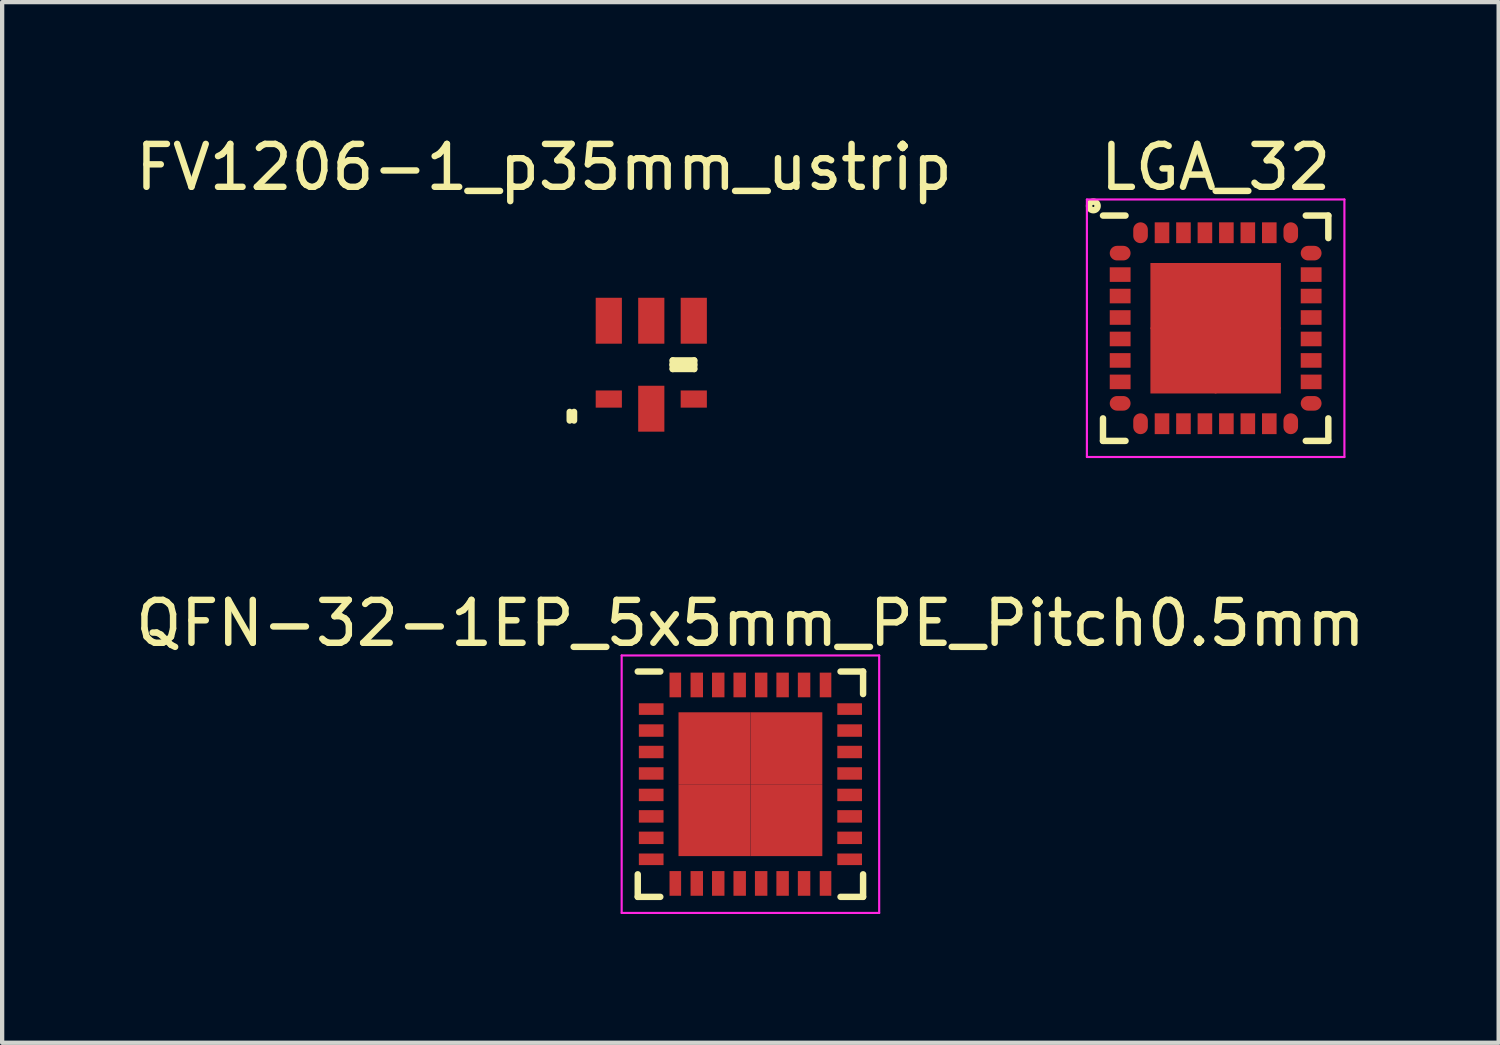
<source format=kicad_pcb>
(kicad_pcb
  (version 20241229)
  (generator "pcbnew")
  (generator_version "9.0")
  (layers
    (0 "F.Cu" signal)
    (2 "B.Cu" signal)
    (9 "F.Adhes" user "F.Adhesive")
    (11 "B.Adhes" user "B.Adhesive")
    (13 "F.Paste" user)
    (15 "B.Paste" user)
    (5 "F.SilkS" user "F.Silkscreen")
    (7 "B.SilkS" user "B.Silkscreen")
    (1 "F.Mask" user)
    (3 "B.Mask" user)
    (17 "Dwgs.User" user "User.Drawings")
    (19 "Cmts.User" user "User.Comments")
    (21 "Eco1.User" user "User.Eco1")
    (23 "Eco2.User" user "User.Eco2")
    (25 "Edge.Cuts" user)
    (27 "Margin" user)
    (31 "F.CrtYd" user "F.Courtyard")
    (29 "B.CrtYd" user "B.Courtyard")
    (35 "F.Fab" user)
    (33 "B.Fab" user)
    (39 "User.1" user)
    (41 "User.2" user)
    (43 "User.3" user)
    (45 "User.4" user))
  (footprint "FV1206-1_p35mm_ustrip"
    (layer "F.Cu")
    (at 12.125 5.448)
    (property "Reference" "FV1206-1_p35mm_ustrip" (at -2.5 -4.6 0) (layer "F.SilkS") (effects (font (size 1 1) (thickness 0.15))))
    (attr through_hole)
    (fp_line (start -1.9 1.1) (end -1.9 1.3) (stroke (width 0.15) (type solid)) (layer "F.SilkS"))
    (fp_line (start -1.8 1.3) (end -1.8 1.1) (stroke (width 0.15) (type solid)) (layer "F.SilkS"))
    (fp_line (start 0.5 -0.1) (end 0.5 0) (stroke (width 0.15) (type solid)) (layer "F.SilkS"))
    (fp_line (start 0.5 0) (end 0.5 0.1) (stroke (width 0.15) (type solid)) (layer "F.SilkS"))
    (fp_line (start 0.5 0.1) (end 1 0.1) (stroke (width 0.15) (type solid)) (layer "F.SilkS"))
    (fp_line (start 1 -0.1) (end 0.5 -0.1) (stroke (width 0.15) (type solid)) (layer "F.SilkS"))
    (fp_line (start 1 0) (end 0.5 0) (stroke (width 0.15) (type solid)) (layer "F.SilkS"))
    (fp_line (start 1 0.1) (end 1 -0.1) (stroke (width 0.15) (type solid)) (layer "F.SilkS"))
    (pad "1" smd rect (at -0.99 0.8) (size 0.61 0.4) (layers "F.Cu" "F.Mask" "F.Paste"))
    (pad "2" smd rect (at -0.99 -1.025) (size 0.61 1.07) (layers "F.Cu" "F.Mask" "F.Paste"))
    (pad "2" smd rect (at 0 -1.025) (size 0.61 1.07) (layers "F.Cu" "F.Mask" "F.Paste"))
    (pad "2" smd rect (at 0 1.025) (size 0.61 1.07) (layers "F.Cu" "F.Mask" "F.Paste"))
    (pad "2" smd rect (at 0.99 -1.025) (size 0.61 1.07) (layers "F.Cu" "F.Mask" "F.Paste"))
    (pad "3" smd rect (at 0.99 0.8) (size 0.61 0.4) (layers "F.Cu" "F.Mask" "F.Paste")))
  (footprint "QFN-32-1EP_5x5mm_PE_Pitch0.5mm"
    (layer "F.Cu")
    (at 14.435 15.222)
    (property "Reference" "QFN-32-1EP_5x5mm_PE_Pitch0.5mm" (at 0 -3.75 0) (layer "F.SilkS") (effects (font (size 1 1) (thickness 0.15))))
    (attr smd)
    (fp_line (start -2.625 -2.625) (end -2.1 -2.625) (stroke (width 0.15) (type solid)) (layer "F.SilkS"))
    (fp_line (start -2.625 2.625) (end -2.625 2.1) (stroke (width 0.15) (type solid)) (layer "F.SilkS"))
    (fp_line (start -2.625 2.625) (end -2.1 2.625) (stroke (width 0.15) (type solid)) (layer "F.SilkS"))
    (fp_line (start 2.625 -2.625) (end 2.1 -2.625) (stroke (width 0.15) (type solid)) (layer "F.SilkS"))
    (fp_line (start 2.625 -2.625) (end 2.625 -2.1) (stroke (width 0.15) (type solid)) (layer "F.SilkS"))
    (fp_line (start 2.625 2.625) (end 2.1 2.625) (stroke (width 0.15) (type solid)) (layer "F.SilkS"))
    (fp_line (start 2.625 2.625) (end 2.625 2.1) (stroke (width 0.15) (type solid)) (layer "F.SilkS"))
    (fp_line (start -3 -3) (end -3 3) (stroke (width 0.05) (type solid)) (layer "F.CrtYd"))
    (fp_line (start -3 -3) (end 3 -3) (stroke (width 0.05) (type solid)) (layer "F.CrtYd"))
    (fp_line (start -3 3) (end 3 3) (stroke (width 0.05) (type solid)) (layer "F.CrtYd"))
    (fp_line (start 3 -3) (end 3 3) (stroke (width 0.05) (type solid)) (layer "F.CrtYd"))
    (pad "1" smd rect (at -2.312 -1.75) (size 0.575 0.27) (layers "F.Cu" "F.Mask" "F.Paste"))
    (pad "2" smd rect (at -2.312 -1.25) (size 0.575 0.29) (layers "F.Cu" "F.Mask" "F.Paste"))
    (pad "3" smd rect (at -2.312 -0.75) (size 0.575 0.29) (layers "F.Cu" "F.Mask" "F.Paste"))
    (pad "4" smd rect (at -2.312 -0.25) (size 0.575 0.29) (layers "F.Cu" "F.Mask" "F.Paste"))
    (pad "5" smd rect (at -2.312 0.25) (size 0.575 0.29) (layers "F.Cu" "F.Mask" "F.Paste"))
    (pad "6" smd rect (at -2.312 0.75) (size 0.575 0.29) (layers "F.Cu" "F.Mask" "F.Paste"))
    (pad "7" smd rect (at -2.312 1.25) (size 0.575 0.29) (layers "F.Cu" "F.Mask" "F.Paste"))
    (pad "8" smd rect (at -2.312 1.75) (size 0.575 0.27) (layers "F.Cu" "F.Mask" "F.Paste"))
    (pad "9" smd rect (at -1.75 2.312 90) (size 0.575 0.27) (layers "F.Cu" "F.Mask" "F.Paste"))
    (pad "10" smd rect (at -1.25 2.312 90) (size 0.575 0.29) (layers "F.Cu" "F.Mask" "F.Paste"))
    (pad "11" smd rect (at -0.75 2.312 90) (size 0.575 0.29) (layers "F.Cu" "F.Mask" "F.Paste"))
    (pad "12" smd rect (at -0.25 2.312 90) (size 0.575 0.29) (layers "F.Cu" "F.Mask" "F.Paste"))
    (pad "13" smd rect (at 0.25 2.312 90) (size 0.575 0.29) (layers "F.Cu" "F.Mask" "F.Paste"))
    (pad "14" smd rect (at 0.75 2.312 90) (size 0.575 0.29) (layers "F.Cu" "F.Mask" "F.Paste"))
    (pad "15" smd rect (at 1.25 2.312 90) (size 0.575 0.29) (layers "F.Cu" "F.Mask" "F.Paste"))
    (pad "16" smd rect (at 1.75 2.312 90) (size 0.575 0.27) (layers "F.Cu" "F.Mask" "F.Paste"))
    (pad "17" smd rect (at 2.312 1.75) (size 0.575 0.27) (layers "F.Cu" "F.Mask" "F.Paste"))
    (pad "18" smd rect (at 2.312 1.25) (size 0.575 0.29) (layers "F.Cu" "F.Mask" "F.Paste"))
    (pad "19" smd rect (at 2.312 0.75) (size 0.575 0.29) (layers "F.Cu" "F.Mask" "F.Paste"))
    (pad "20" smd rect (at 2.312 0.25) (size 0.575 0.29) (layers "F.Cu" "F.Mask" "F.Paste"))
    (pad "21" smd rect (at 2.312 -0.25) (size 0.575 0.29) (layers "F.Cu" "F.Mask" "F.Paste"))
    (pad "22" smd rect (at 2.312 -0.75) (size 0.575 0.29) (layers "F.Cu" "F.Mask" "F.Paste"))
    (pad "23" smd rect (at 2.312 -1.25) (size 0.575 0.29) (layers "F.Cu" "F.Mask" "F.Paste"))
    (pad "24" smd rect (at 2.312 -1.75) (size 0.575 0.27) (layers "F.Cu" "F.Mask" "F.Paste"))
    (pad "25" smd rect (at 1.75 -2.312 90) (size 0.575 0.27) (layers "F.Cu" "F.Mask" "F.Paste"))
    (pad "26" smd rect (at 1.25 -2.312 90) (size 0.575 0.29) (layers "F.Cu" "F.Mask" "F.Paste"))
    (pad "27" smd rect (at 0.75 -2.312 90) (size 0.575 0.29) (layers "F.Cu" "F.Mask" "F.Paste"))
    (pad "28" smd rect (at 0.25 -2.312 90) (size 0.575 0.29) (layers "F.Cu" "F.Mask" "F.Paste"))
    (pad "29" smd rect (at -0.25 -2.312 90) (size 0.575 0.29) (layers "F.Cu" "F.Mask" "F.Paste"))
    (pad "30" smd rect (at -0.75 -2.312 90) (size 0.575 0.29) (layers "F.Cu" "F.Mask" "F.Paste"))
    (pad "31" smd rect (at -1.25 -2.312 90) (size 0.575 0.29) (layers "F.Cu" "F.Mask" "F.Paste"))
    (pad "32" smd rect (at -1.75 -2.312 90) (size 0.575 0.27) (layers "F.Cu" "F.Mask" "F.Paste"))
    (pad "33" smd rect (at -0.838 -0.838) (size 1.675 1.675) (layers "F.Cu" "F.Mask" "F.Paste"))
    (pad "33" smd rect (at -0.838 0.838) (size 1.675 1.675) (layers "F.Cu" "F.Mask" "F.Paste"))
    (pad "33" smd rect (at 0.838 -0.838) (size 1.675 1.675) (layers "F.Cu" "F.Mask" "F.Paste"))
    (pad "33" smd rect (at 0.838 0.838) (size 1.675 1.675) (layers "F.Cu" "F.Mask" "F.Paste")))
  (footprint "LGA_32"
    (layer "F.Cu")
    (at 25.275 4.598)
    (property "Reference" "LGA_32" (at 0 -3.75 0) (layer "F.SilkS") (effects (font (size 1 1) (thickness 0.15))))
    (attr smd)
    (fp_line (start -2.625 -2.625) (end -2.1 -2.625) (stroke (width 0.15) (type solid)) (layer "F.SilkS"))
    (fp_line (start -2.625 2.625) (end -2.625 2.1) (stroke (width 0.15) (type solid)) (layer "F.SilkS"))
    (fp_line (start -2.625 2.625) (end -2.1 2.625) (stroke (width 0.15) (type solid)) (layer "F.SilkS"))
    (fp_line (start 2.625 -2.625) (end 2.1 -2.625) (stroke (width 0.15) (type solid)) (layer "F.SilkS"))
    (fp_line (start 2.625 -2.625) (end 2.625 -2.1) (stroke (width 0.15) (type solid)) (layer "F.SilkS"))
    (fp_line (start 2.625 2.625) (end 2.1 2.625) (stroke (width 0.15) (type solid)) (layer "F.SilkS"))
    (fp_line (start 2.625 2.625) (end 2.625 2.1) (stroke (width 0.15) (type solid)) (layer "F.SilkS"))
    (fp_circle (center -2.85 -2.85) (end -2.95 -2.85) (stroke (width 0.15) (type solid)) (fill no) (layer "F.SilkS"))
    (fp_line (start -3 -3) (end -3 3) (stroke (width 0.05) (type solid)) (layer "F.CrtYd"))
    (fp_line (start -3 -3) (end 3 -3) (stroke (width 0.05) (type solid)) (layer "F.CrtYd"))
    (fp_line (start -3 3) (end 3 3) (stroke (width 0.05) (type solid)) (layer "F.CrtYd"))
    (fp_line (start 3 -3) (end 3 3) (stroke (width 0.05) (type solid)) (layer "F.CrtYd"))
    (pad "1" smd oval (at -2.225 -1.75) (size 0.485 0.34) (layers "F.Cu" "F.Mask" "F.Paste"))
    (pad "2" smd rect (at -2.225 -1.25) (size 0.485 0.34) (layers "F.Cu" "F.Mask" "F.Paste"))
    (pad "3" smd rect (at -2.225 -0.75) (size 0.485 0.34) (layers "F.Cu" "F.Mask" "F.Paste"))
    (pad "4" smd rect (at -2.225 -0.25) (size 0.485 0.34) (layers "F.Cu" "F.Mask" "F.Paste"))
    (pad "5" smd rect (at -2.225 0.25) (size 0.485 0.34) (layers "F.Cu" "F.Mask" "F.Paste"))
    (pad "6" smd rect (at -2.225 0.75) (size 0.485 0.34) (layers "F.Cu" "F.Mask" "F.Paste"))
    (pad "7" smd rect (at -2.225 1.25) (size 0.485 0.34) (layers "F.Cu" "F.Mask" "F.Paste"))
    (pad "8" smd oval (at -2.225 1.75) (size 0.485 0.34) (layers "F.Cu" "F.Mask" "F.Paste"))
    (pad "9" smd oval (at -1.75 2.225 90) (size 0.485 0.34) (layers "F.Cu" "F.Mask" "F.Paste"))
    (pad "10" smd rect (at -1.25 2.225 90) (size 0.485 0.34) (layers "F.Cu" "F.Mask" "F.Paste"))
    (pad "11" smd rect (at -0.75 2.225 90) (size 0.485 0.34) (layers "F.Cu" "F.Mask" "F.Paste"))
    (pad "12" smd rect (at -0.25 2.225 90) (size 0.485 0.34) (layers "F.Cu" "F.Mask" "F.Paste"))
    (pad "13" smd rect (at 0.25 2.225 90) (size 0.485 0.34) (layers "F.Cu" "F.Mask" "F.Paste"))
    (pad "14" smd rect (at 0.75 2.225 90) (size 0.485 0.34) (layers "F.Cu" "F.Mask" "F.Paste"))
    (pad "15" smd rect (at 1.25 2.225 90) (size 0.485 0.34) (layers "F.Cu" "F.Mask" "F.Paste"))
    (pad "16" smd oval (at 1.75 2.225 90) (size 0.485 0.34) (layers "F.Cu" "F.Mask" "F.Paste"))
    (pad "17" smd oval (at 2.225 1.75) (size 0.485 0.34) (layers "F.Cu" "F.Mask" "F.Paste"))
    (pad "18" smd rect (at 2.225 1.25) (size 0.485 0.34) (layers "F.Cu" "F.Mask" "F.Paste"))
    (pad "19" smd rect (at 2.225 0.75) (size 0.485 0.34) (layers "F.Cu" "F.Mask" "F.Paste"))
    (pad "20" smd rect (at 2.225 0.25) (size 0.485 0.34) (layers "F.Cu" "F.Mask" "F.Paste"))
    (pad "21" smd rect (at 2.225 -0.25) (size 0.485 0.34) (layers "F.Cu" "F.Mask" "F.Paste"))
    (pad "22" smd rect (at 2.225 -0.75) (size 0.485 0.34) (layers "F.Cu" "F.Mask" "F.Paste"))
    (pad "23" smd rect (at 2.225 -1.25) (size 0.485 0.34) (layers "F.Cu" "F.Mask" "F.Paste"))
    (pad "24" smd oval (at 2.225 -1.75) (size 0.485 0.34) (layers "F.Cu" "F.Mask" "F.Paste"))
    (pad "25" smd oval (at 1.75 -2.225 90) (size 0.485 0.34) (layers "F.Cu" "F.Mask" "F.Paste"))
    (pad "26" smd rect (at 1.25 -2.225 90) (size 0.485 0.34) (layers "F.Cu" "F.Mask" "F.Paste"))
    (pad "27" smd rect (at 0.75 -2.225 90) (size 0.485 0.34) (layers "F.Cu" "F.Mask" "F.Paste"))
    (pad "28" smd rect (at 0.25 -2.225 90) (size 0.485 0.34) (layers "F.Cu" "F.Mask" "F.Paste"))
    (pad "29" smd rect (at -0.25 -2.225 90) (size 0.485 0.34) (layers "F.Cu" "F.Mask" "F.Paste"))
    (pad "30" smd rect (at -0.75 -2.225 90) (size 0.485 0.34) (layers "F.Cu" "F.Mask" "F.Paste"))
    (pad "31" smd rect (at -1.25 -2.225 90) (size 0.485 0.34) (layers "F.Cu" "F.Mask" "F.Paste"))
    (pad "32" smd oval (at -1.75 -2.225 90) (size 0.485 0.34) (layers "F.Cu" "F.Mask" "F.Paste"))
    (pad "33" smd rect (at -0.75 -0.75) (size 1.54 1.54) (layers "F.Cu" "F.Mask" "F.Paste"))
    (pad "33" smd rect (at -0.75 0.75) (size 1.54 1.54) (layers "F.Cu" "F.Mask" "F.Paste"))
    (pad "33" smd rect (at 0.75 -0.75) (size 1.54 1.54) (layers "F.Cu" "F.Mask" "F.Paste"))
    (pad "33" smd rect (at 0.75 0.75) (size 1.54 1.54) (layers "F.Cu" "F.Mask" "F.Paste")))
  (gr_rect
    (start -3 -3)
    (end 31.869 21.247)
    (stroke (width 0.1) (type default))
    (fill no)
    (layer "Edge.Cuts")))
</source>
